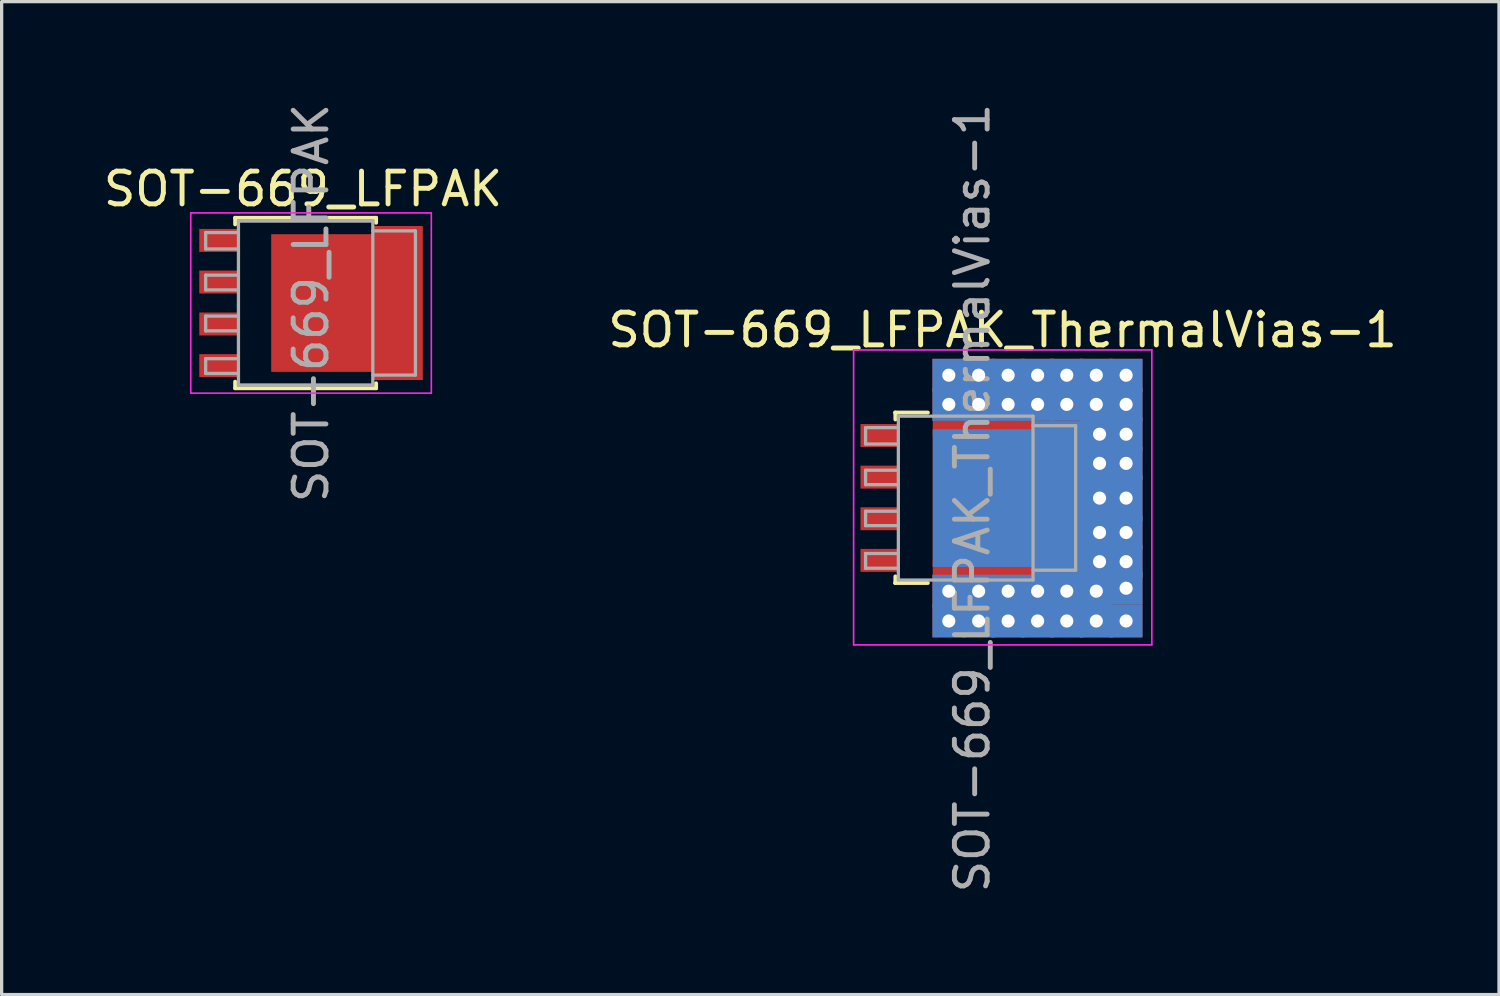
<source format=kicad_pcb>
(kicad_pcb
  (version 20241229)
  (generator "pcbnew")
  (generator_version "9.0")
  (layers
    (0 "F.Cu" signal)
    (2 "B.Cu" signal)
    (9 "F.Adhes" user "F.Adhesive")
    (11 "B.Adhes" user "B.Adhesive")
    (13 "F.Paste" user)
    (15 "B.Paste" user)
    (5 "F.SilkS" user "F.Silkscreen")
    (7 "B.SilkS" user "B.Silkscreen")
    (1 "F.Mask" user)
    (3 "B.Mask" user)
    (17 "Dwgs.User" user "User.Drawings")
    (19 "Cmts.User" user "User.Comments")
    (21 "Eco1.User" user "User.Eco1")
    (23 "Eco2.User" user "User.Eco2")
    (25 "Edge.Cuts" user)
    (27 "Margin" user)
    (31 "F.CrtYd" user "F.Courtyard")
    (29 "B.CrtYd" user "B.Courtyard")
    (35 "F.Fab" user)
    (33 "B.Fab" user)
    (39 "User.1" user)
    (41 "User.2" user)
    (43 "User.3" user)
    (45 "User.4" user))
  (footprint "SOT-669_LFPAK"
    (layer "F.Cu")
    (at 6.441 6.196)
    (property "Reference" "SOT-669_LFPAK" (at -0.245 -3.48 0) (layer "F.SilkS") (effects (font (size 1 1) (thickness 0.15))))
    (attr smd)
    (fp_line (start -2.315 -2.6) (end -2.315 -2.4) (stroke (width 0.12) (type solid)) (layer "F.SilkS"))
    (fp_line (start -2.315 2.4) (end -2.315 2.6) (stroke (width 0.12) (type solid)) (layer "F.SilkS"))
    (fp_line (start -2.315 2.6) (end 1.985 2.6) (stroke (width 0.12) (type solid)) (layer "F.SilkS"))
    (fp_line (start 1.985 -2.6) (end -2.315 -2.6) (stroke (width 0.12) (type solid)) (layer "F.SilkS"))
    (fp_line (start 1.985 -2.45) (end 1.985 -2.6) (stroke (width 0.12) (type solid)) (layer "F.SilkS"))
    (fp_line (start 1.985 2.6) (end 1.985 2.45) (stroke (width 0.12) (type solid)) (layer "F.SilkS"))
    (fp_line (start -3.67 2.75) (end -3.67 -2.75) (stroke (width 0.05) (type solid)) (layer "F.CrtYd"))
    (fp_line (start -3.67 2.75) (end 3.67 2.75) (stroke (width 0.05) (type solid)) (layer "F.CrtYd"))
    (fp_line (start 3.67 -2.75) (end -3.67 -2.75) (stroke (width 0.05) (type solid)) (layer "F.CrtYd"))
    (fp_line (start 3.67 -2.75) (end 3.67 2.75) (stroke (width 0.05) (type solid)) (layer "F.CrtYd"))
    (fp_line (start -3.215 -2.15) (end -3.215 -1.65) (stroke (width 0.1) (type solid)) (layer "F.Fab"))
    (fp_line (start -3.215 -2.15) (end -2.215 -2.15) (stroke (width 0.1) (type solid)) (layer "F.Fab"))
    (fp_line (start -3.215 -1.65) (end -2.215 -1.65) (stroke (width 0.1) (type solid)) (layer "F.Fab"))
    (fp_line (start -3.215 -0.85) (end -3.215 -0.4) (stroke (width 0.1) (type solid)) (layer "F.Fab"))
    (fp_line (start -3.215 -0.4) (end -2.215 -0.4) (stroke (width 0.1) (type solid)) (layer "F.Fab"))
    (fp_line (start -3.215 0.4) (end -3.215 0.85) (stroke (width 0.1) (type solid)) (layer "F.Fab"))
    (fp_line (start -3.215 0.85) (end -2.215 0.85) (stroke (width 0.1) (type solid)) (layer "F.Fab"))
    (fp_line (start -3.215 1.7) (end -3.215 2.15) (stroke (width 0.1) (type solid)) (layer "F.Fab"))
    (fp_line (start -3.215 2.15) (end -2.215 2.15) (stroke (width 0.1) (type solid)) (layer "F.Fab"))
    (fp_line (start -2.215 -2.5) (end -2.215 2.5) (stroke (width 0.1) (type solid)) (layer "F.Fab"))
    (fp_line (start -2.215 -0.85) (end -3.215 -0.85) (stroke (width 0.1) (type solid)) (layer "F.Fab"))
    (fp_line (start -2.215 0.4) (end -3.215 0.4) (stroke (width 0.1) (type solid)) (layer "F.Fab"))
    (fp_line (start -2.215 1.7) (end -3.215 1.7) (stroke (width 0.1) (type solid)) (layer "F.Fab"))
    (fp_line (start -2.215 2.5) (end 1.885 2.5) (stroke (width 0.1) (type solid)) (layer "F.Fab"))
    (fp_line (start 1.885 -2.5) (end -2.215 -2.5) (stroke (width 0.1) (type solid)) (layer "F.Fab"))
    (fp_line (start 1.885 2.5) (end 1.885 -2.5) (stroke (width 0.1) (type solid)) (layer "F.Fab"))
    (fp_line (start 3.185 -2.2) (end 1.885 -2.2) (stroke (width 0.1) (type solid)) (layer "F.Fab"))
    (fp_line (start 3.185 -2.2) (end 3.185 2.2) (stroke (width 0.1) (type solid)) (layer "F.Fab"))
    (fp_line (start 3.185 2.2) (end 1.885 2.2) (stroke (width 0.1) (type solid)) (layer "F.Fab"))
    (fp_text user "${REFERENCE}" (at 0 0 90) (layer "F.Fab") (effects (font (size 1 1) (thickness 0.15))))
    (pad "" smd rect (at -0.665 -1.15) (size 0.6 0.9) (layers "F.Paste"))
    (pad "" smd rect (at -0.665 0) (size 0.6 0.9) (layers "F.Paste"))
    (pad "" smd rect (at -0.665 1.15) (size 0.6 0.9) (layers "F.Paste"))
    (pad "" smd rect (at 0.185 -1.15) (size 0.6 0.9) (layers "F.Paste"))
    (pad "" smd rect (at 0.185 0) (size 0.6 0.9) (layers "F.Paste"))
    (pad "" smd rect (at 0.185 1.15) (size 0.6 0.9) (layers "F.Paste"))
    (pad "" smd rect (at 1.035 -1.15) (size 0.6 0.9) (layers "F.Paste"))
    (pad "" smd rect (at 1.035 0) (size 0.6 0.9) (layers "F.Paste"))
    (pad "" smd rect (at 1.035 1.15) (size 0.6 0.9) (layers "F.Paste"))
    (pad "" smd rect (at 2.885 -1.88 270) (size 0.6 0.9) (layers "F.Paste"))
    (pad "" smd rect (at 2.885 -0.6 270) (size 0.6 0.9) (layers "F.Paste"))
    (pad "" smd rect (at 2.885 0.6 270) (size 0.6 0.9) (layers "F.Paste"))
    (pad "" smd rect (at 2.885 1.88 270) (size 0.6 0.9) (layers "F.Paste"))
    (pad "1" smd rect (at -2.835 -1.91 270) (size 0.7 1.15) (layers "F.Cu" "F.Mask" "F.Paste"))
    (pad "2" smd rect (at -2.835 -0.64 270) (size 0.7 1.15) (layers "F.Cu" "F.Mask" "F.Paste"))
    (pad "3" smd rect (at -2.835 0.64 270) (size 0.7 1.15) (layers "F.Cu" "F.Mask" "F.Paste"))
    (pad "4" smd rect (at -2.835 1.91 270) (size 0.7 1.15) (layers "F.Cu" "F.Mask" "F.Paste"))
    (pad "5" smd rect (at 0.435 0 270) (size 4.2 3.3) (layers "F.Cu" "F.Mask"))
    (pad "5" smd rect (at 2.635 0 270) (size 4.7 1.55) (layers "F.Cu" "F.Mask")))
  (footprint "SOT-669_LFPAK_ThermalVias-1"
    (layer "F.Cu")
    (at 26.617 12.149)
    (property "Reference" "SOT-669_LFPAK_ThermalVias-1" (at 0.925 -5.13 0) (layer "F.SilkS") (effects (font (size 1 1) (thickness 0.15))))
    (attr smd)
    (fp_line (start -2.355 -2.61) (end -1.355 -2.61) (stroke (width 0.12) (type solid)) (layer "F.SilkS"))
    (fp_line (start -2.355 2.59) (end -1.355 2.59) (stroke (width 0.12) (type solid)) (layer "F.SilkS"))
    (fp_line (start -2.345 -2.61) (end -2.345 -2.4) (stroke (width 0.12) (type solid)) (layer "F.SilkS"))
    (fp_line (start -2.345 2.39) (end -2.345 2.59) (stroke (width 0.12) (type solid)) (layer "F.SilkS"))
    (fp_line (start -3.62 4.48) (end -3.62 -4.52) (stroke (width 0.05) (type solid)) (layer "F.CrtYd"))
    (fp_line (start -3.62 4.48) (end 5.48 4.48) (stroke (width 0.05) (type solid)) (layer "F.CrtYd"))
    (fp_line (start 5.48 -4.52) (end -3.62 -4.52) (stroke (width 0.05) (type solid)) (layer "F.CrtYd"))
    (fp_line (start 5.48 -4.52) (end 5.48 4.48) (stroke (width 0.05) (type solid)) (layer "F.CrtYd"))
    (fp_line (start -3.255 -2.15) (end -3.255 -1.65) (stroke (width 0.1) (type solid)) (layer "F.Fab"))
    (fp_line (start -3.255 -2.15) (end -2.255 -2.15) (stroke (width 0.1) (type solid)) (layer "F.Fab"))
    (fp_line (start -3.255 -1.65) (end -2.255 -1.65) (stroke (width 0.1) (type solid)) (layer "F.Fab"))
    (fp_line (start -3.255 -0.85) (end -3.255 -0.41) (stroke (width 0.1) (type solid)) (layer "F.Fab"))
    (fp_line (start -3.255 -0.41) (end -2.255 -0.41) (stroke (width 0.1) (type solid)) (layer "F.Fab"))
    (fp_line (start -3.255 0.4) (end -3.255 0.84) (stroke (width 0.1) (type solid)) (layer "F.Fab"))
    (fp_line (start -3.255 0.84) (end -2.255 0.84) (stroke (width 0.1) (type solid)) (layer "F.Fab"))
    (fp_line (start -3.255 1.69) (end -3.255 2.14) (stroke (width 0.1) (type solid)) (layer "F.Fab"))
    (fp_line (start -3.255 2.14) (end -2.255 2.14) (stroke (width 0.1) (type solid)) (layer "F.Fab"))
    (fp_line (start -2.255 -2.5) (end -2.255 2.5) (stroke (width 0.1) (type solid)) (layer "F.Fab"))
    (fp_line (start -2.255 -0.85) (end -3.255 -0.85) (stroke (width 0.1) (type solid)) (layer "F.Fab"))
    (fp_line (start -2.255 0.4) (end -3.255 0.4) (stroke (width 0.1) (type solid)) (layer "F.Fab"))
    (fp_line (start -2.255 1.69) (end -3.255 1.69) (stroke (width 0.1) (type solid)) (layer "F.Fab"))
    (fp_line (start -2.255 2.5) (end 1.855 2.5) (stroke (width 0.1) (type solid)) (layer "F.Fab"))
    (fp_line (start 1.855 -2.5) (end -2.255 -2.5) (stroke (width 0.1) (type solid)) (layer "F.Fab"))
    (fp_line (start 1.855 2.5) (end 1.855 -2.5) (stroke (width 0.1) (type solid)) (layer "F.Fab"))
    (fp_line (start 3.155 -2.21) (end 1.855 -2.21) (stroke (width 0.1) (type solid)) (layer "F.Fab"))
    (fp_line (start 3.155 -2.21) (end 3.155 2.2) (stroke (width 0.1) (type solid)) (layer "F.Fab"))
    (fp_line (start 3.155 2.2) (end 1.855 2.2) (stroke (width 0.1) (type solid)) (layer "F.Fab"))
    (fp_text user "${REFERENCE}" (at 0 0 90) (layer "F.Fab") (effects (font (size 1 1) (thickness 0.15))))
    (pad "" smd rect (at -0.655 -1.15) (size 0.6 0.9) (layers "F.Paste"))
    (pad "" smd rect (at -0.655 0) (size 0.6 0.9) (layers "F.Paste"))
    (pad "" smd rect (at -0.655 1.14) (size 0.6 0.9) (layers "F.Paste"))
    (pad "" smd rect (at 0.195 -1.15) (size 0.6 0.9) (layers "F.Paste"))
    (pad "" smd rect (at 0.195 0) (size 0.6 0.9) (layers "F.Paste"))
    (pad "" smd rect (at 0.195 1.14) (size 0.6 0.9) (layers "F.Paste"))
    (pad "" smd rect (at 1.045 -1.15) (size 0.6 0.9) (layers "F.Paste"))
    (pad "" smd rect (at 1.045 0) (size 0.6 0.9) (layers "F.Paste"))
    (pad "" smd rect (at 1.045 1.14) (size 0.6 0.9) (layers "F.Paste"))
    (pad "" smd rect (at 2.885 -1.88 270) (size 0.6 0.9) (layers "F.Paste"))
    (pad "" smd rect (at 2.885 -0.6 270) (size 0.6 0.9) (layers "F.Paste"))
    (pad "" smd rect (at 2.885 0.59 270) (size 0.6 0.9) (layers "F.Paste"))
    (pad "" smd rect (at 2.885 1.87 270) (size 0.6 0.9) (layers "F.Paste"))
    (pad "1" smd rect (at -2.835 -1.91 270) (size 0.7 1.15) (layers "F.Cu" "F.Mask" "F.Paste"))
    (pad "2" smd rect (at -2.835 -0.64 270) (size 0.7 1.15) (layers "F.Cu" "F.Mask" "F.Paste"))
    (pad "3" smd rect (at -2.835 0.63 270) (size 0.7 1.15) (layers "F.Cu" "F.Mask" "F.Paste"))
    (pad "4" smd rect (at -2.835 1.9 270) (size 0.7 1.15) (layers "F.Cu" "F.Mask" "F.Paste"))
    (pad "5" thru_hole rect (at -0.715 -3.75 270) (size 1 1) (drill 0.4) (layers "*.Cu"))
    (pad "5" thru_hole rect (at -0.715 -2.86 270) (size 1 1) (drill 0.4) (layers "*.Cu"))
    (pad "5" thru_hole rect (at -0.715 2.84 270) (size 1 1) (drill 0.4) (layers "*.Cu"))
    (pad "5" thru_hole rect (at -0.715 3.75 270) (size 1 1) (drill 0.4) (layers "*.Cu"))
    (pad "5" thru_hole rect (at 0.195 -3.75 270) (size 1 1) (drill 0.4) (layers "*.Cu"))
    (pad "5" thru_hole rect (at 0.195 -2.86 270) (size 1 1) (drill 0.4) (layers "*.Cu"))
    (pad "5" thru_hole rect (at 0.195 2.84 270) (size 1 1) (drill 0.4) (layers "*.Cu"))
    (pad "5" thru_hole rect (at 0.195 3.75 270) (size 1 1) (drill 0.4) (layers "*.Cu"))
    (pad "5" smd rect (at 0.445 -2.21 270) (size 0.6 3.3) (layers "F.Cu"))
    (pad "5" smd rect (at 0.445 0 270) (size 4.2 3.3) (layers "F.Cu" "F.Mask"))
    (pad "5" smd rect (at 0.445 0 270) (size 4.2 3.3) (layers "B.Cu"))
    (pad "5" smd rect (at 0.445 2.2 270) (size 0.6 3.3) (layers "F.Cu"))
    (pad "5" thru_hole rect (at 1.095 -3.75 270) (size 1 1) (drill 0.4) (layers "*.Cu"))
    (pad "5" thru_hole rect (at 1.095 -2.86 270) (size 1 1) (drill 0.4) (layers "*.Cu"))
    (pad "5" thru_hole rect (at 1.095 2.84 270) (size 1 1) (drill 0.4) (layers "*.Cu"))
    (pad "5" thru_hole rect (at 1.095 3.75 270) (size 1 1) (drill 0.4) (layers "*.Cu"))
    (pad "5" smd rect (at 1.745 -2.25 270) (size 0.5 0.5) (layers "F.Cu"))
    (pad "5" smd rect (at 1.745 2.25 270) (size 0.5 0.5) (layers "F.Cu"))
    (pad "5" thru_hole rect (at 1.995 -3.75 270) (size 1 1) (drill 0.4) (layers "*.Cu"))
    (pad "5" thru_hole rect (at 1.995 -2.86 270) (size 1 1) (drill 0.4) (layers "*.Cu"))
    (pad "5" thru_hole rect (at 1.995 2.84 270) (size 1 1) (drill 0.4) (layers "*.Cu"))
    (pad "5" thru_hole rect (at 1.995 3.75 270) (size 1 1) (drill 0.4) (layers "*.Cu"))
    (pad "5" smd rect (at 2.635 0 270) (size 4.7 1.55) (layers "F.Cu" "F.Mask"))
    (pad "5" smd rect (at 2.635 0 270) (size 4.7 1.55) (layers "B.Cu"))
    (pad "5" thru_hole rect (at 2.885 -3.75 270) (size 1 1) (drill 0.4) (layers "*.Cu"))
    (pad "5" thru_hole rect (at 2.885 -2.86 270) (size 1 1) (drill 0.4) (layers "*.Cu"))
    (pad "5" thru_hole rect (at 2.885 2.84 270) (size 1 1) (drill 0.4) (layers "*.Cu"))
    (pad "5" thru_hole rect (at 2.885 3.75 270) (size 1 1) (drill 0.4) (layers "*.Cu"))
    (pad "5" thru_hole rect (at 3.785 -3.75 270) (size 1 1) (drill 0.4) (layers "*.Cu"))
    (pad "5" thru_hole rect (at 3.785 -2.86 270) (size 1 1) (drill 0.4) (layers "*.Cu"))
    (pad "5" thru_hole rect (at 3.785 2.84 270) (size 1 1) (drill 0.4) (layers "*.Cu"))
    (pad "5" thru_hole rect (at 3.785 3.75 270) (size 1 1) (drill 0.4) (layers "*.Cu"))
    (pad "5" thru_hole rect (at 3.885 -1.95 270) (size 1 1) (drill 0.4) (layers "*.Cu"))
    (pad "5" thru_hole rect (at 3.885 -1.06 270) (size 1 1) (drill 0.4) (layers "*.Cu"))
    (pad "5" thru_hole rect (at 3.885 0 270) (size 1.4 1) (drill 0.4) (layers "*.Cu"))
    (pad "5" thru_hole rect (at 3.885 1.05 270) (size 1 1) (drill 0.4) (layers "*.Cu"))
    (pad "5" thru_hole rect (at 3.885 1.94 270) (size 1 1) (drill 0.4) (layers "*.Cu"))
    (pad "5" thru_hole rect (at 4.695 -3.75 270) (size 1 1) (drill 0.4) (layers "*.Cu"))
    (pad "5" thru_hole rect (at 4.695 -2.86 270) (size 1 1) (drill 0.4) (layers "*.Cu"))
    (pad "5" thru_hole rect (at 4.695 -1.95 270) (size 1 1) (drill 0.4) (layers "*.Cu"))
    (pad "5" thru_hole rect (at 4.695 -1.06 270) (size 1 1) (drill 0.4) (layers "*.Cu"))
    (pad "5" thru_hole rect (at 4.695 0 270) (size 1.4 1) (drill 0.4) (layers "*.Cu"))
    (pad "5" thru_hole rect (at 4.695 1.05 270) (size 1 1) (drill 0.4) (layers "*.Cu"))
    (pad "5" thru_hole rect (at 4.695 1.94 270) (size 1 1) (drill 0.4) (layers "*.Cu"))
    (pad "5" thru_hole rect (at 4.695 2.75 270) (size 1 1) (drill 0.4) (layers "*.Cu"))
    (pad "5" thru_hole rect (at 4.695 3.75 270) (size 1 1) (drill 0.4) (layers "*.Cu")))
  (gr_rect
    (start -3 -3)
    (end 42.69 27.298)
    (stroke (width 0.1) (type default))
    (fill no)
    (layer "Edge.Cuts")))
</source>
